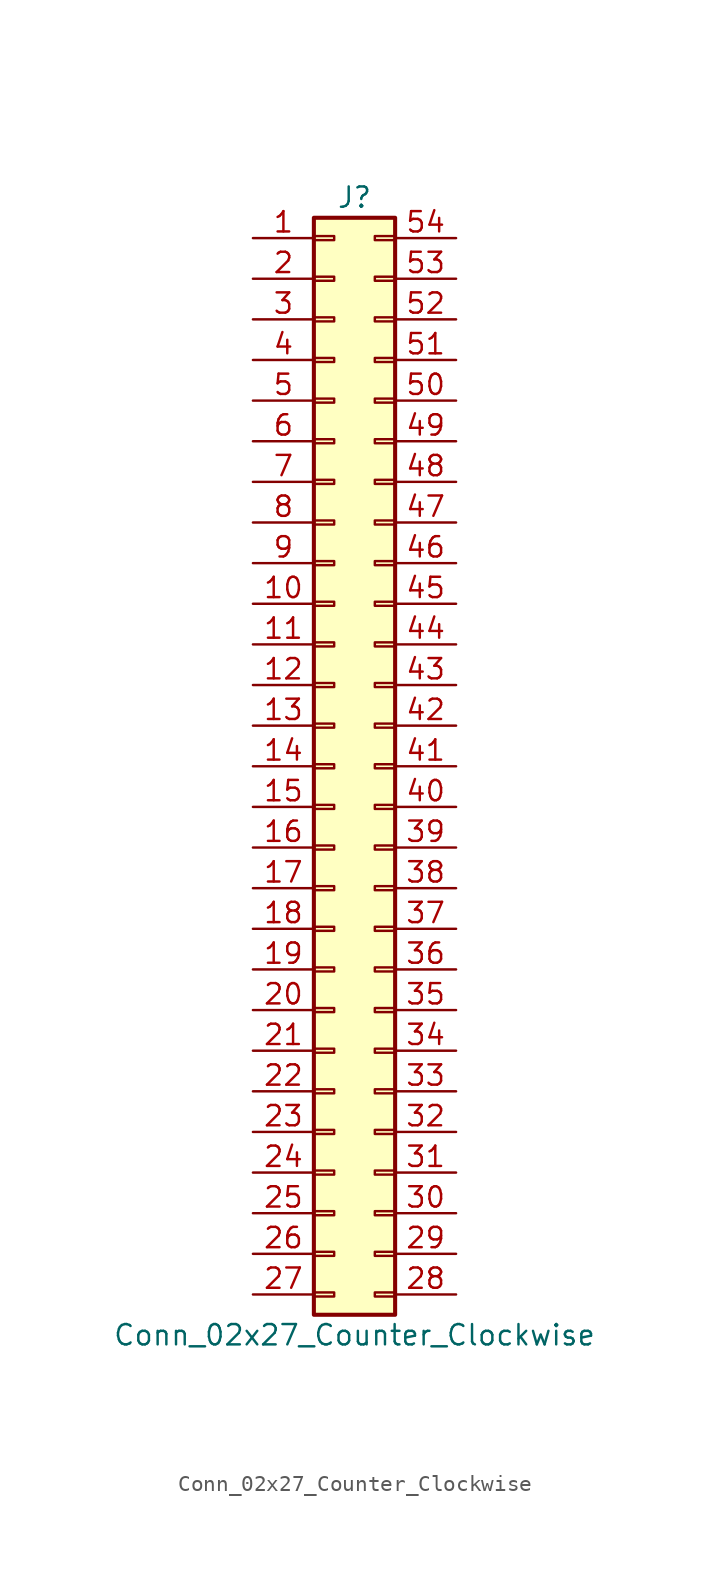
<source format=kicad_sym>
(kicad_symbol_lib
  (version 20220914)
  (generator kicad_symbol_editor)
  (symbol "Conn_02x27_Counter_Clockwise"
    (pin_names
      (offset 1.016) hide)
    (property "Reference" "J"
      (at 1.27 35.56 0)
      (effects (font (size 1.27 1.27))))
    (property "Value" "Conn_02x27_Counter_Clockwise"
      (at 1.27 -35.56 0)
      (effects (font (size 1.27 1.27))))
    (symbol "Conn_02x27_Counter_Clockwise_1_1"
      (rectangle (start -1.27 -32.893) (end 0 -33.147) (stroke (width 0.152) (type default)) (fill (type none)))
      (rectangle (start -1.27 -30.353) (end 0 -30.607) (stroke (width 0.152) (type default)) (fill (type none)))
      (rectangle (start -1.27 -27.813) (end 0 -28.067) (stroke (width 0.152) (type default)) (fill (type none)))
      (rectangle (start -1.27 -25.273) (end 0 -25.527) (stroke (width 0.152) (type default)) (fill (type none)))
      (rectangle (start -1.27 -22.733) (end 0 -22.987) (stroke (width 0.152) (type default)) (fill (type none)))
      (rectangle (start -1.27 -20.193) (end 0 -20.447) (stroke (width 0.152) (type default)) (fill (type none)))
      (rectangle (start -1.27 -17.653) (end 0 -17.907) (stroke (width 0.152) (type default)) (fill (type none)))
      (rectangle (start -1.27 -15.113) (end 0 -15.367) (stroke (width 0.152) (type default)) (fill (type none)))
      (rectangle (start -1.27 -12.573) (end 0 -12.827) (stroke (width 0.152) (type default)) (fill (type none)))
      (rectangle (start -1.27 -10.033) (end 0 -10.287) (stroke (width 0.152) (type default)) (fill (type none)))
      (rectangle (start -1.27 -7.493) (end 0 -7.747) (stroke (width 0.152) (type default)) (fill (type none)))
      (rectangle (start -1.27 -4.953) (end 0 -5.207) (stroke (width 0.152) (type default)) (fill (type none)))
      (rectangle (start -1.27 -2.413) (end 0 -2.667) (stroke (width 0.152) (type default)) (fill (type none)))
      (rectangle (start -1.27 0.127) (end 0 -0.127) (stroke (width 0.152) (type default)) (fill (type none)))
      (rectangle (start -1.27 2.667) (end 0 2.413) (stroke (width 0.152) (type default)) (fill (type none)))
      (rectangle (start -1.27 5.207) (end 0 4.953) (stroke (width 0.152) (type default)) (fill (type none)))
      (rectangle (start -1.27 7.747) (end 0 7.493) (stroke (width 0.152) (type default)) (fill (type none)))
      (rectangle (start -1.27 10.287) (end 0 10.033) (stroke (width 0.152) (type default)) (fill (type none)))
      (rectangle (start -1.27 12.827) (end 0 12.573) (stroke (width 0.152) (type default)) (fill (type none)))
      (rectangle (start -1.27 15.367) (end 0 15.113) (stroke (width 0.152) (type default)) (fill (type none)))
      (rectangle (start -1.27 17.907) (end 0 17.653) (stroke (width 0.152) (type default)) (fill (type none)))
      (rectangle (start -1.27 20.447) (end 0 20.193) (stroke (width 0.152) (type default)) (fill (type none)))
      (rectangle (start -1.27 22.987) (end 0 22.733) (stroke (width 0.152) (type default)) (fill (type none)))
      (rectangle (start -1.27 25.527) (end 0 25.273) (stroke (width 0.152) (type default)) (fill (type none)))
      (rectangle (start -1.27 28.067) (end 0 27.813) (stroke (width 0.152) (type default)) (fill (type none)))
      (rectangle (start -1.27 30.607) (end 0 30.353) (stroke (width 0.152) (type default)) (fill (type none)))
      (rectangle (start -1.27 33.147) (end 0 32.893) (stroke (width 0.152) (type default)) (fill (type none)))
      (rectangle (start -1.27 34.29) (end 3.81 -34.29) (stroke (width 0.254) (type default)) (fill (type background)))
      (rectangle (start 3.81 -32.893) (end 2.54 -33.147) (stroke (width 0.152) (type default)) (fill (type none)))
      (rectangle (start 3.81 -30.353) (end 2.54 -30.607) (stroke (width 0.152) (type default)) (fill (type none)))
      (rectangle (start 3.81 -27.813) (end 2.54 -28.067) (stroke (width 0.152) (type default)) (fill (type none)))
      (rectangle (start 3.81 -25.273) (end 2.54 -25.527) (stroke (width 0.152) (type default)) (fill (type none)))
      (rectangle (start 3.81 -22.733) (end 2.54 -22.987) (stroke (width 0.152) (type default)) (fill (type none)))
      (rectangle (start 3.81 -20.193) (end 2.54 -20.447) (stroke (width 0.152) (type default)) (fill (type none)))
      (rectangle (start 3.81 -17.653) (end 2.54 -17.907) (stroke (width 0.152) (type default)) (fill (type none)))
      (rectangle (start 3.81 -15.113) (end 2.54 -15.367) (stroke (width 0.152) (type default)) (fill (type none)))
      (rectangle (start 3.81 -12.573) (end 2.54 -12.827) (stroke (width 0.152) (type default)) (fill (type none)))
      (rectangle (start 3.81 -10.033) (end 2.54 -10.287) (stroke (width 0.152) (type default)) (fill (type none)))
      (rectangle (start 3.81 -7.493) (end 2.54 -7.747) (stroke (width 0.152) (type default)) (fill (type none)))
      (rectangle (start 3.81 -4.953) (end 2.54 -5.207) (stroke (width 0.152) (type default)) (fill (type none)))
      (rectangle (start 3.81 -2.413) (end 2.54 -2.667) (stroke (width 0.152) (type default)) (fill (type none)))
      (rectangle (start 3.81 0.127) (end 2.54 -0.127) (stroke (width 0.152) (type default)) (fill (type none)))
      (rectangle (start 3.81 2.667) (end 2.54 2.413) (stroke (width 0.152) (type default)) (fill (type none)))
      (rectangle (start 3.81 5.207) (end 2.54 4.953) (stroke (width 0.152) (type default)) (fill (type none)))
      (rectangle (start 3.81 7.747) (end 2.54 7.493) (stroke (width 0.152) (type default)) (fill (type none)))
      (rectangle (start 3.81 10.287) (end 2.54 10.033) (stroke (width 0.152) (type default)) (fill (type none)))
      (rectangle (start 3.81 12.827) (end 2.54 12.573) (stroke (width 0.152) (type default)) (fill (type none)))
      (rectangle (start 3.81 15.367) (end 2.54 15.113) (stroke (width 0.152) (type default)) (fill (type none)))
      (rectangle (start 3.81 17.907) (end 2.54 17.653) (stroke (width 0.152) (type default)) (fill (type none)))
      (rectangle (start 3.81 20.447) (end 2.54 20.193) (stroke (width 0.152) (type default)) (fill (type none)))
      (rectangle (start 3.81 22.987) (end 2.54 22.733) (stroke (width 0.152) (type default)) (fill (type none)))
      (rectangle (start 3.81 25.527) (end 2.54 25.273) (stroke (width 0.152) (type default)) (fill (type none)))
      (rectangle (start 3.81 28.067) (end 2.54 27.813) (stroke (width 0.152) (type default)) (fill (type none)))
      (rectangle (start 3.81 30.607) (end 2.54 30.353) (stroke (width 0.152) (type default)) (fill (type none)))
      (rectangle (start 3.81 33.147) (end 2.54 32.893) (stroke (width 0.152) (type default)) (fill (type none)))
      (pin passive line (at -5.08 33.02 0) (length 3.81) (name "Pin_1" (effects (font (size 1.27 1.27)))) (number "1" (effects (font (size 1.27 1.27)))))
      (pin passive line (at -5.08 10.16 0) (length 3.81) (name "Pin_10" (effects (font (size 1.27 1.27)))) (number "10" (effects (font (size 1.27 1.27)))))
      (pin passive line (at -5.08 7.62 0) (length 3.81) (name "Pin_11" (effects (font (size 1.27 1.27)))) (number "11" (effects (font (size 1.27 1.27)))))
      (pin passive line (at -5.08 5.08 0) (length 3.81) (name "Pin_12" (effects (font (size 1.27 1.27)))) (number "12" (effects (font (size 1.27 1.27)))))
      (pin passive line (at -5.08 2.54 0) (length 3.81) (name "Pin_13" (effects (font (size 1.27 1.27)))) (number "13" (effects (font (size 1.27 1.27)))))
      (pin passive line (at -5.08 0 0) (length 3.81) (name "Pin_14" (effects (font (size 1.27 1.27)))) (number "14" (effects (font (size 1.27 1.27)))))
      (pin passive line (at -5.08 -2.54 0) (length 3.81) (name "Pin_15" (effects (font (size 1.27 1.27)))) (number "15" (effects (font (size 1.27 1.27)))))
      (pin passive line (at -5.08 -5.08 0) (length 3.81) (name "Pin_16" (effects (font (size 1.27 1.27)))) (number "16" (effects (font (size 1.27 1.27)))))
      (pin passive line (at -5.08 -7.62 0) (length 3.81) (name "Pin_17" (effects (font (size 1.27 1.27)))) (number "17" (effects (font (size 1.27 1.27)))))
      (pin passive line (at -5.08 -10.16 0) (length 3.81) (name "Pin_18" (effects (font (size 1.27 1.27)))) (number "18" (effects (font (size 1.27 1.27)))))
      (pin passive line (at -5.08 -12.7 0) (length 3.81) (name "Pin_19" (effects (font (size 1.27 1.27)))) (number "19" (effects (font (size 1.27 1.27)))))
      (pin passive line (at -5.08 30.48 0) (length 3.81) (name "Pin_2" (effects (font (size 1.27 1.27)))) (number "2" (effects (font (size 1.27 1.27)))))
      (pin passive line (at -5.08 -15.24 0) (length 3.81) (name "Pin_20" (effects (font (size 1.27 1.27)))) (number "20" (effects (font (size 1.27 1.27)))))
      (pin passive line (at -5.08 -17.78 0) (length 3.81) (name "Pin_21" (effects (font (size 1.27 1.27)))) (number "21" (effects (font (size 1.27 1.27)))))
      (pin passive line (at -5.08 -20.32 0) (length 3.81) (name "Pin_22" (effects (font (size 1.27 1.27)))) (number "22" (effects (font (size 1.27 1.27)))))
      (pin passive line (at -5.08 -22.86 0) (length 3.81) (name "Pin_23" (effects (font (size 1.27 1.27)))) (number "23" (effects (font (size 1.27 1.27)))))
      (pin passive line (at -5.08 -25.4 0) (length 3.81) (name "Pin_24" (effects (font (size 1.27 1.27)))) (number "24" (effects (font (size 1.27 1.27)))))
      (pin passive line (at -5.08 -27.94 0) (length 3.81) (name "Pin_25" (effects (font (size 1.27 1.27)))) (number "25" (effects (font (size 1.27 1.27)))))
      (pin passive line (at -5.08 -30.48 0) (length 3.81) (name "Pin_26" (effects (font (size 1.27 1.27)))) (number "26" (effects (font (size 1.27 1.27)))))
      (pin passive line (at -5.08 -33.02 0) (length 3.81) (name "Pin_27" (effects (font (size 1.27 1.27)))) (number "27" (effects (font (size 1.27 1.27)))))
      (pin passive line (at 7.62 -33.02 180) (length 3.81) (name "Pin_28" (effects (font (size 1.27 1.27)))) (number "28" (effects (font (size 1.27 1.27)))))
      (pin passive line (at 7.62 -30.48 180) (length 3.81) (name "Pin_29" (effects (font (size 1.27 1.27)))) (number "29" (effects (font (size 1.27 1.27)))))
      (pin passive line (at -5.08 27.94 0) (length 3.81) (name "Pin_3" (effects (font (size 1.27 1.27)))) (number "3" (effects (font (size 1.27 1.27)))))
      (pin passive line (at 7.62 -27.94 180) (length 3.81) (name "Pin_30" (effects (font (size 1.27 1.27)))) (number "30" (effects (font (size 1.27 1.27)))))
      (pin passive line (at 7.62 -25.4 180) (length 3.81) (name "Pin_31" (effects (font (size 1.27 1.27)))) (number "31" (effects (font (size 1.27 1.27)))))
      (pin passive line (at 7.62 -22.86 180) (length 3.81) (name "Pin_32" (effects (font (size 1.27 1.27)))) (number "32" (effects (font (size 1.27 1.27)))))
      (pin passive line (at 7.62 -20.32 180) (length 3.81) (name "Pin_33" (effects (font (size 1.27 1.27)))) (number "33" (effects (font (size 1.27 1.27)))))
      (pin passive line (at 7.62 -17.78 180) (length 3.81) (name "Pin_34" (effects (font (size 1.27 1.27)))) (number "34" (effects (font (size 1.27 1.27)))))
      (pin passive line (at 7.62 -15.24 180) (length 3.81) (name "Pin_35" (effects (font (size 1.27 1.27)))) (number "35" (effects (font (size 1.27 1.27)))))
      (pin passive line (at 7.62 -12.7 180) (length 3.81) (name "Pin_36" (effects (font (size 1.27 1.27)))) (number "36" (effects (font (size 1.27 1.27)))))
      (pin passive line (at 7.62 -10.16 180) (length 3.81) (name "Pin_37" (effects (font (size 1.27 1.27)))) (number "37" (effects (font (size 1.27 1.27)))))
      (pin passive line (at 7.62 -7.62 180) (length 3.81) (name "Pin_38" (effects (font (size 1.27 1.27)))) (number "38" (effects (font (size 1.27 1.27)))))
      (pin passive line (at 7.62 -5.08 180) (length 3.81) (name "Pin_39" (effects (font (size 1.27 1.27)))) (number "39" (effects (font (size 1.27 1.27)))))
      (pin passive line (at -5.08 25.4 0) (length 3.81) (name "Pin_4" (effects (font (size 1.27 1.27)))) (number "4" (effects (font (size 1.27 1.27)))))
      (pin passive line (at 7.62 -2.54 180) (length 3.81) (name "Pin_40" (effects (font (size 1.27 1.27)))) (number "40" (effects (font (size 1.27 1.27)))))
      (pin passive line (at 7.62 0 180) (length 3.81) (name "Pin_41" (effects (font (size 1.27 1.27)))) (number "41" (effects (font (size 1.27 1.27)))))
      (pin passive line (at 7.62 2.54 180) (length 3.81) (name "Pin_42" (effects (font (size 1.27 1.27)))) (number "42" (effects (font (size 1.27 1.27)))))
      (pin passive line (at 7.62 5.08 180) (length 3.81) (name "Pin_43" (effects (font (size 1.27 1.27)))) (number "43" (effects (font (size 1.27 1.27)))))
      (pin passive line (at 7.62 7.62 180) (length 3.81) (name "Pin_44" (effects (font (size 1.27 1.27)))) (number "44" (effects (font (size 1.27 1.27)))))
      (pin passive line (at 7.62 10.16 180) (length 3.81) (name "Pin_45" (effects (font (size 1.27 1.27)))) (number "45" (effects (font (size 1.27 1.27)))))
      (pin passive line (at 7.62 12.7 180) (length 3.81) (name "Pin_46" (effects (font (size 1.27 1.27)))) (number "46" (effects (font (size 1.27 1.27)))))
      (pin passive line (at 7.62 15.24 180) (length 3.81) (name "Pin_47" (effects (font (size 1.27 1.27)))) (number "47" (effects (font (size 1.27 1.27)))))
      (pin passive line (at 7.62 17.78 180) (length 3.81) (name "Pin_48" (effects (font (size 1.27 1.27)))) (number "48" (effects (font (size 1.27 1.27)))))
      (pin passive line (at 7.62 20.32 180) (length 3.81) (name "Pin_49" (effects (font (size 1.27 1.27)))) (number "49" (effects (font (size 1.27 1.27)))))
      (pin passive line (at -5.08 22.86 0) (length 3.81) (name "Pin_5" (effects (font (size 1.27 1.27)))) (number "5" (effects (font (size 1.27 1.27)))))
      (pin passive line (at 7.62 22.86 180) (length 3.81) (name "Pin_50" (effects (font (size 1.27 1.27)))) (number "50" (effects (font (size 1.27 1.27)))))
      (pin passive line (at 7.62 25.4 180) (length 3.81) (name "Pin_51" (effects (font (size 1.27 1.27)))) (number "51" (effects (font (size 1.27 1.27)))))
      (pin passive line (at 7.62 27.94 180) (length 3.81) (name "Pin_52" (effects (font (size 1.27 1.27)))) (number "52" (effects (font (size 1.27 1.27)))))
      (pin passive line (at 7.62 30.48 180) (length 3.81) (name "Pin_53" (effects (font (size 1.27 1.27)))) (number "53" (effects (font (size 1.27 1.27)))))
      (pin passive line (at 7.62 33.02 180) (length 3.81) (name "Pin_54" (effects (font (size 1.27 1.27)))) (number "54" (effects (font (size 1.27 1.27)))))
      (pin passive line (at -5.08 20.32 0) (length 3.81) (name "Pin_6" (effects (font (size 1.27 1.27)))) (number "6" (effects (font (size 1.27 1.27)))))
      (pin passive line (at -5.08 17.78 0) (length 3.81) (name "Pin_7" (effects (font (size 1.27 1.27)))) (number "7" (effects (font (size 1.27 1.27)))))
      (pin passive line (at -5.08 15.24 0) (length 3.81) (name "Pin_8" (effects (font (size 1.27 1.27)))) (number "8" (effects (font (size 1.27 1.27)))))
      (pin passive line (at -5.08 12.7 0) (length 3.81) (name "Pin_9" (effects (font (size 1.27 1.27)))) (number "9" (effects (font (size 1.27 1.27))))))))
</source>
